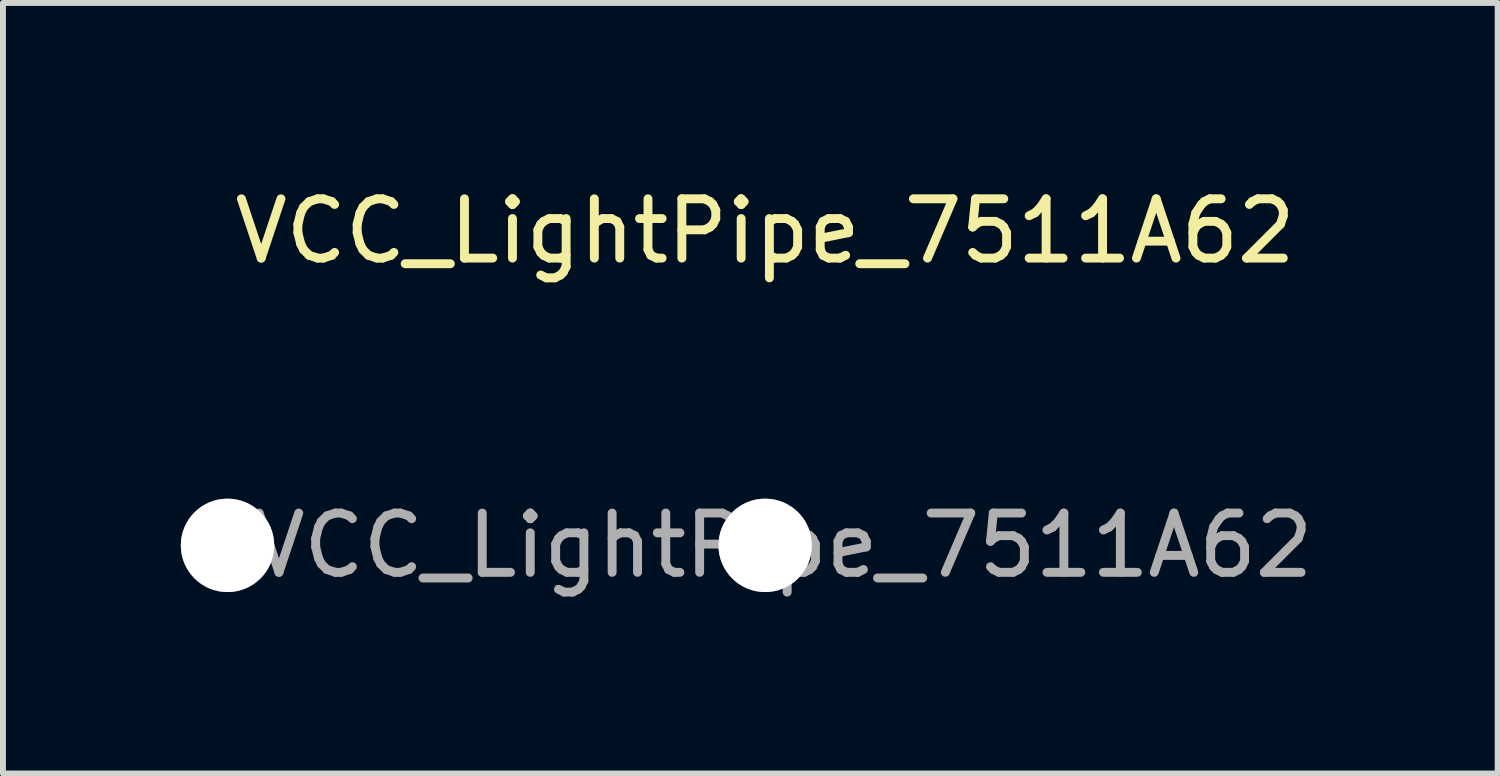
<source format=kicad_pcb>
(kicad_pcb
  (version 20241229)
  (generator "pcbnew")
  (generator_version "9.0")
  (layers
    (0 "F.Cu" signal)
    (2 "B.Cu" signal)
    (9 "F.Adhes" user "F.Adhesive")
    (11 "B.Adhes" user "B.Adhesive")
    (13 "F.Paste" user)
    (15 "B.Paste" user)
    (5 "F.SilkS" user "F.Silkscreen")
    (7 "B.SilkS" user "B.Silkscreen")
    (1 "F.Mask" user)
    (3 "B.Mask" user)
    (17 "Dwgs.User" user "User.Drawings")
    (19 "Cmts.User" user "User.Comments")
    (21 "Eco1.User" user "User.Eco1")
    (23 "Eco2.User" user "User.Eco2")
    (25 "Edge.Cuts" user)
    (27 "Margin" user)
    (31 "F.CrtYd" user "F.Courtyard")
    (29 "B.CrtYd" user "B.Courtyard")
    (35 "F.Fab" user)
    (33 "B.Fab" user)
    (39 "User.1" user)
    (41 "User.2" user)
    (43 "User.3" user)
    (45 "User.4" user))
  (footprint "VCC_LightPipe_7511A62"
    (layer "F.Cu")
    (at 9.855 6.148)
    (property "Reference" "VCC_LightPipe_7511A62" (at 0 -5.3 0) (layer "F.SilkS") (effects (font (size 1 1) (thickness 0.15))))
    (attr exclude_from_pos_files exclude_from_bom)
    (fp_text user "${REFERENCE}" (at 0.3 0 0) (layer "F.Fab") (effects (font (size 1 1) (thickness 0.15))))
    (pad "1" thru_hole circle (at -9.068 0) (size 1.575 1.575) (drill 1.575) (layers "*.Cu" "*.Mask"))
    (pad "1" thru_hole circle (at 0 0) (size 1.575 1.575) (drill 1.575) (layers "*.Cu" "*.Mask")))
  (gr_rect
    (start -3 -3)
    (end 22.209 9.996)
    (stroke (width 0.1) (type default))
    (fill no)
    (layer "Edge.Cuts")))
</source>
